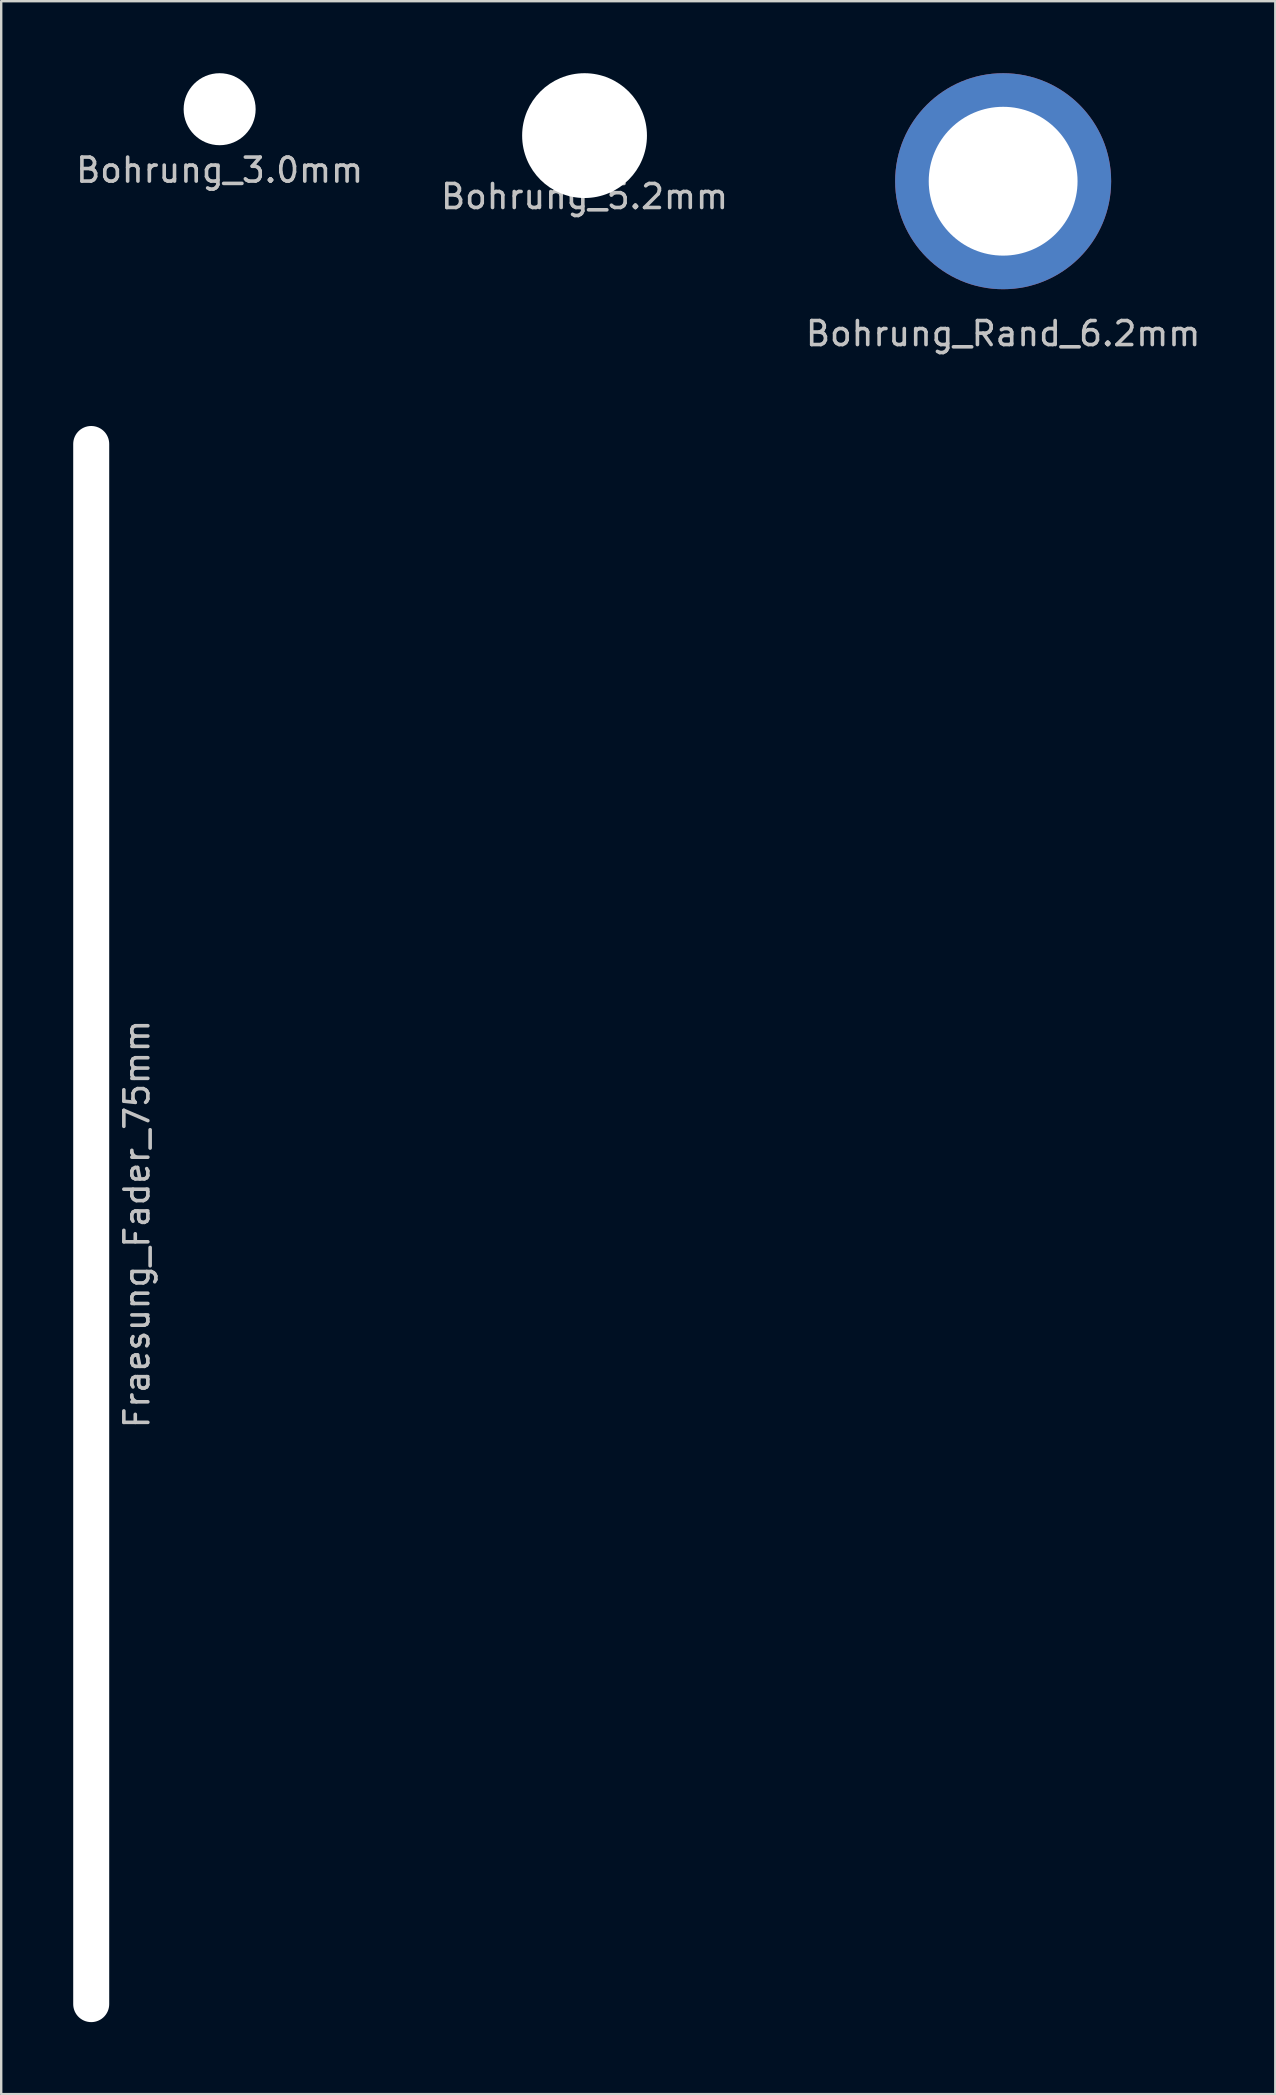
<source format=kicad_pcb>
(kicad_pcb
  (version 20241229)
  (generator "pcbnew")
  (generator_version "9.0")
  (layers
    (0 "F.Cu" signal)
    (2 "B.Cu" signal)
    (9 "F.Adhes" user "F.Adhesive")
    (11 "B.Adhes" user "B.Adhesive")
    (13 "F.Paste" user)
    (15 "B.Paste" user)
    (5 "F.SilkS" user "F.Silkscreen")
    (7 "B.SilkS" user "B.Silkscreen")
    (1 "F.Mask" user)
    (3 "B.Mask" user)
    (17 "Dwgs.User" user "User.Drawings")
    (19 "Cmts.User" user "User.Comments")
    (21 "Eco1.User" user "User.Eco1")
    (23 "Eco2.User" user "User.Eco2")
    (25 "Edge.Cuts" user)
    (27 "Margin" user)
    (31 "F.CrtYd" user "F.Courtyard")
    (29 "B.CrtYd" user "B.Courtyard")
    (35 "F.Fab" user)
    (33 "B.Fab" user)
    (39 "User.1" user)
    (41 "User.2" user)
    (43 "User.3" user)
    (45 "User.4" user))
  (footprint "Bohrung_5.2mm"
    (layer "F.Cu")
    (at 21.304 2.6)
    (property "Reference" "Bohrung_5.2mm" (at 0 2.54 0) (layer "Dwgs.User") (effects (font (size 1 1) (thickness 0.15))))
    (attr through_hole)
    (pad "" np_thru_hole circle (at 0 0) (size 5.2 5.2) (drill 5.2) (layers "*.Cu" "*.Mask")))
  (footprint "Fraesung_Fader_75mm"
    (layer "F.Cu")
    (at 0.75 47.948)
    (property "Reference" "Fraesung_Fader_75mm" (at 1.905 0 90) (layer "Dwgs.User") (effects (font (size 1 1) (thickness 0.15))))
    (attr through_hole)
    (pad "" np_thru_hole oval (at 0 0) (size 1.5 66.5) (drill oval 1.5 66.5) (layers "*.Cu" "*.Mask")))
  (footprint "Bohrung_3.0mm"
    (layer "F.Cu")
    (at 6.101 1.5)
    (property "Reference" "Bohrung_3.0mm" (at 0 2.54 0) (layer "Dwgs.User") (effects (font (size 1 1) (thickness 0.15))))
    (attr through_hole)
    (pad "" np_thru_hole circle (at 0 0) (size 3 3) (drill 3) (layers "*.Cu" "*.Mask")))
  (footprint "Bohrung_Rand_6.2mm"
    (layer "F.Cu")
    (at 38.744 4.5)
    (property "Reference" "Bohrung_Rand_6.2mm" (at 0 6.35 0) (layer "Dwgs.User") (effects (font (size 1 1) (thickness 0.15))))
    (attr through_hole)
    (pad "" np_thru_hole circle (at 0 0) (size 9 9) (drill 6.2) (layers "*.Cu" "*.Mask")))
  (gr_rect
    (start -3 -3)
    (end 50.083 84.198)
    (stroke (width 0.1) (type default))
    (fill no)
    (layer "Edge.Cuts")))
</source>
